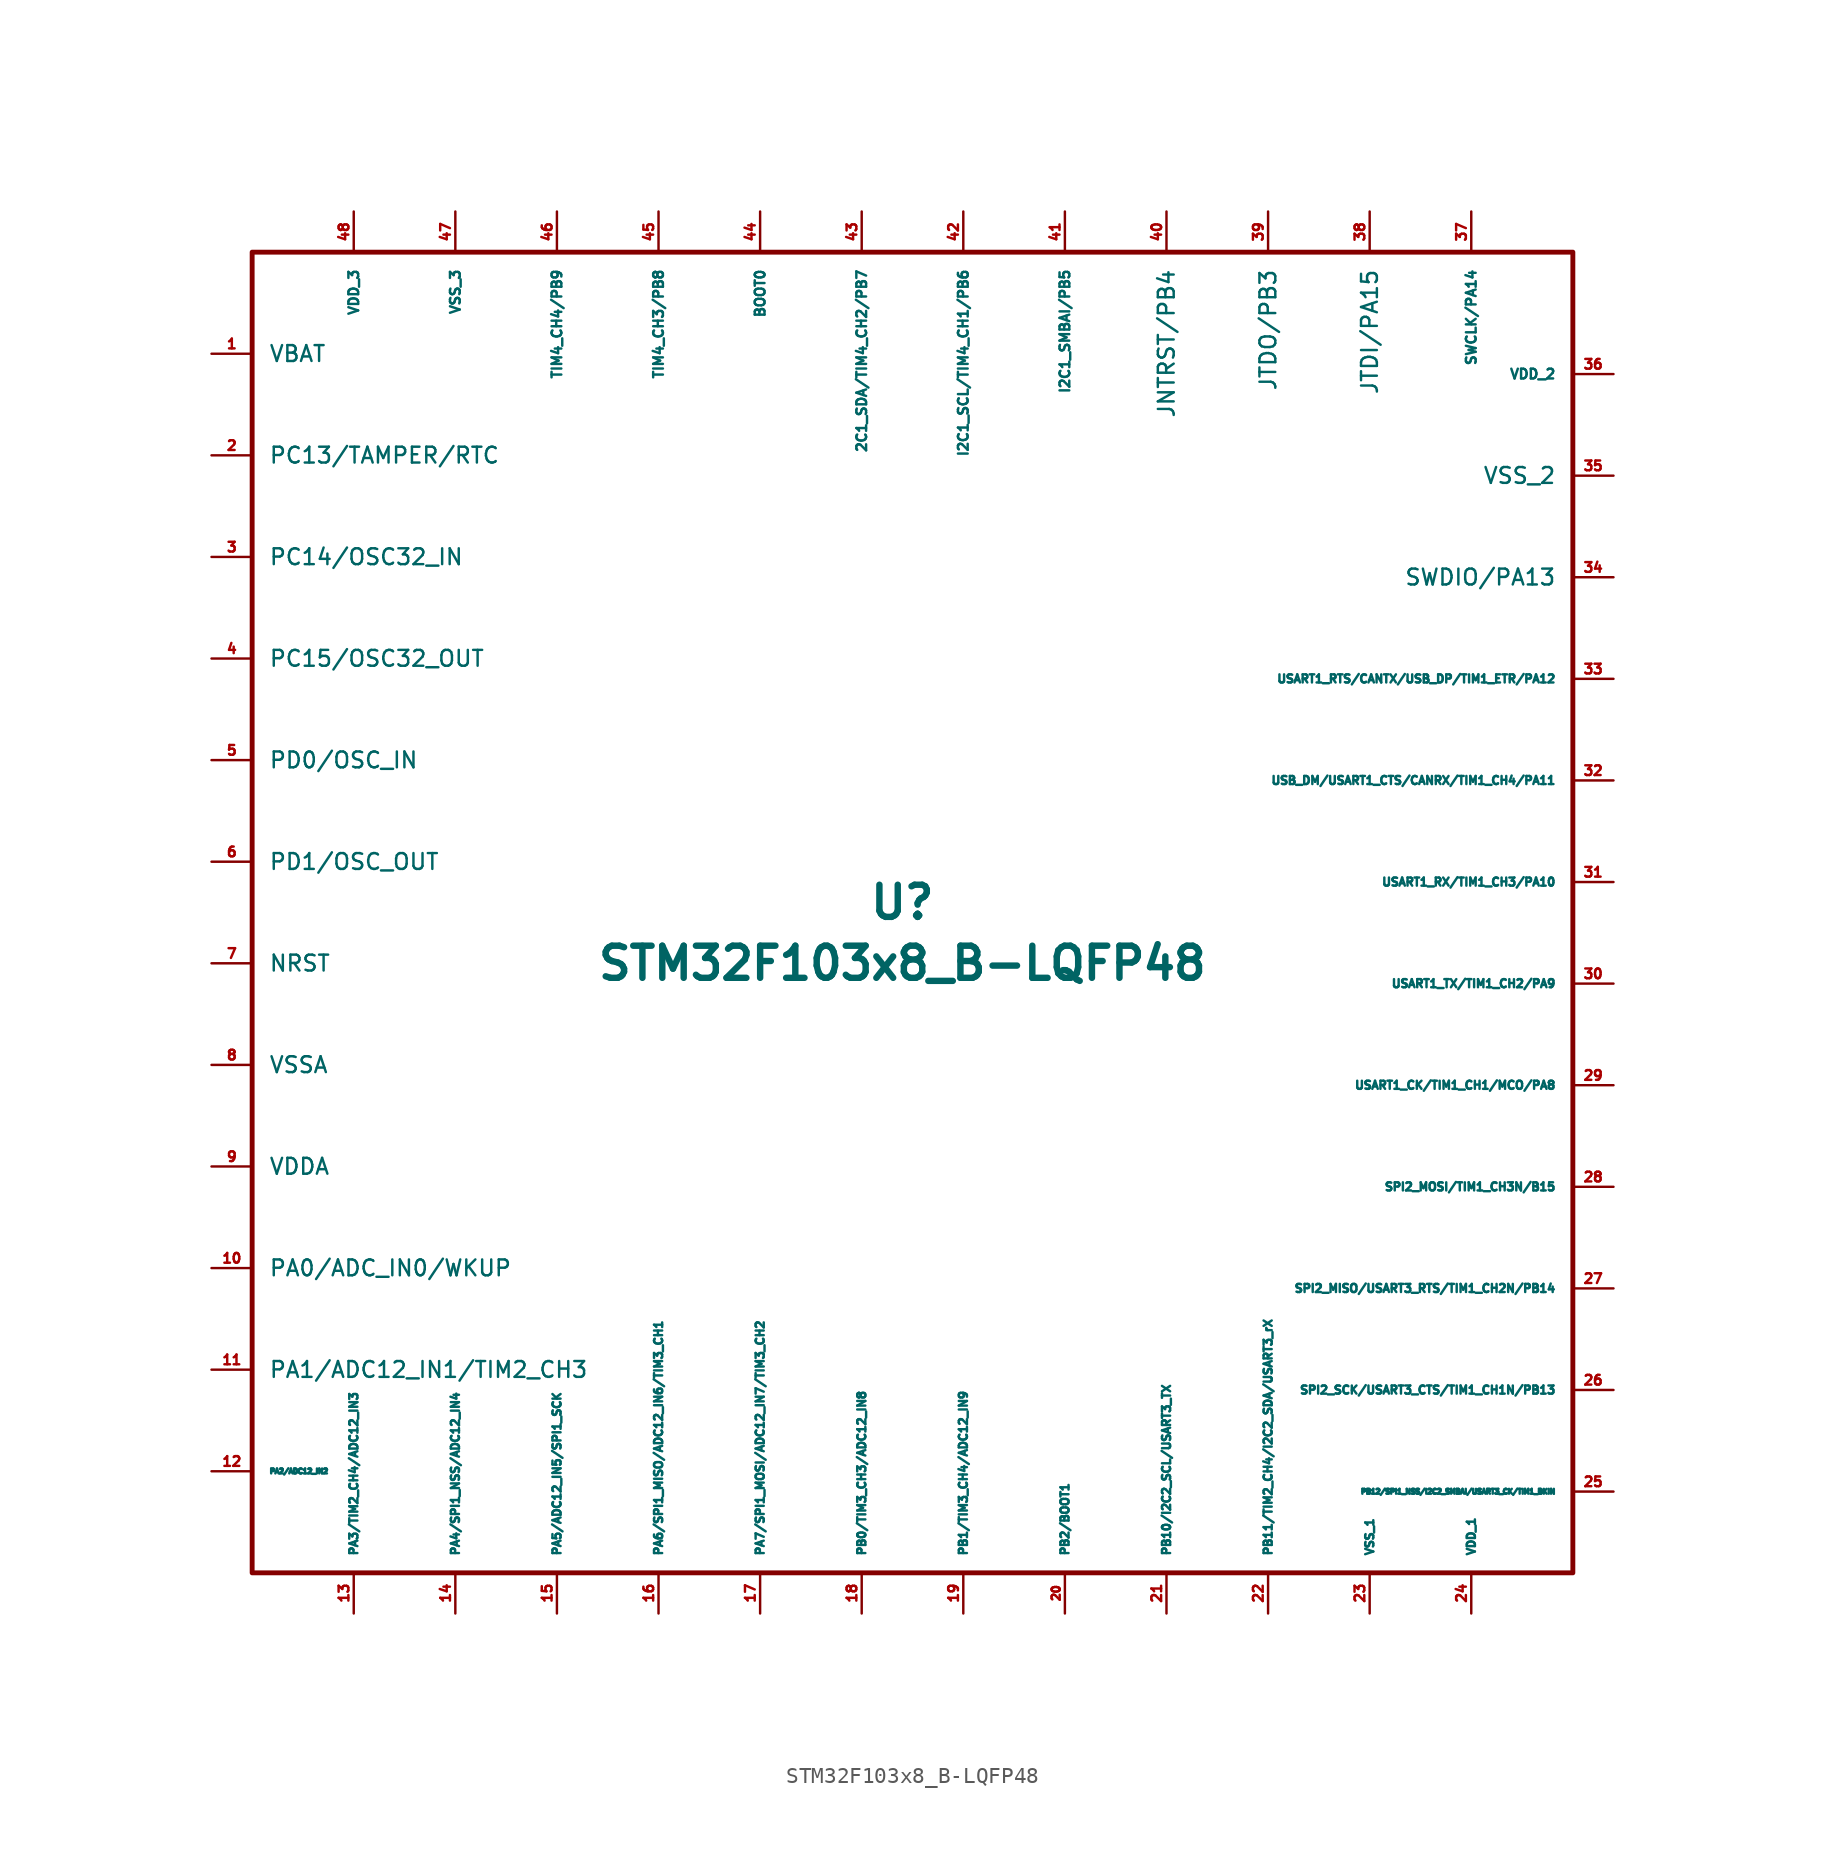
<source format=kicad_sym>
(kicad_symbol_lib
  (version 20201005)
  (generator kicad_symbol_editor)
  (symbol "acheronSymbols:STM32F103x8_B-LQFP48"
    (pin_names
      (offset 1.016))
    (property "Reference" "U"
      (at 0 1.27 0)
      (effects (font (size 2.007 2.007) bold)))
    (property "Value" "STM32F103x8_B-LQFP48"
      (at 0 -2.54 0)
      (effects (font (size 2.007 2.007) bold)))
    (symbol "STM32F103x8_B-LQFP48_0_1"
      (rectangle (start 41.91 41.91) (end -40.64 -40.64) (stroke (width 0.305)) (fill (type none))))
    (symbol "STM32F103x8_B-LQFP48_1_1"
      (pin power_in line (at -43.18 35.56 0) (length 2.54) (name "VBAT" (effects (font (size 0.991 0.991)))) (number "1" (effects (font (size 0.61 0.61)))))
      (pin bidirectional line (at -43.18 -21.59 0) (length 2.54) (name "PA0/ADC_IN0/WKUP" (effects (font (size 0.991 0.991)))) (number "10" (effects (font (size 0.61 0.61)))))
      (pin bidirectional line (at -43.18 -27.94 0) (length 2.54) (name "PA1/ADC12_IN1/TIM2_CH3" (effects (font (size 0.991 0.991)))) (number "11" (effects (font (size 0.61 0.61)))))
      (pin bidirectional line (at -43.18 -34.29 0) (length 2.54) (name "PA2/ADC12_IN2" (effects (font (size 0.305 0.305)))) (number "12" (effects (font (size 0.61 0.61)))))
      (pin bidirectional line (at -34.29 -43.18 90) (length 2.54) (name "PA3/TIM2_CH4/ADC12_IN3" (effects (font (size 0.508 0.508)))) (number "13" (effects (font (size 0.61 0.61)))))
      (pin bidirectional line (at -27.94 -43.18 90) (length 2.54) (name "PA4/SPI1_NSS/ADC12_IN4" (effects (font (size 0.508 0.508)))) (number "14" (effects (font (size 0.61 0.61)))))
      (pin bidirectional line (at -21.59 -43.18 90) (length 2.54) (name "PA5/ADC12_IN5/SPI1_SCK" (effects (font (size 0.508 0.508)))) (number "15" (effects (font (size 0.61 0.61)))))
      (pin bidirectional line (at -15.24 -43.18 90) (length 2.54) (name "PA6/SPI1_MISO/ADC12_IN6/TIM3_CH1" (effects (font (size 0.508 0.508)))) (number "16" (effects (font (size 0.61 0.61)))))
      (pin bidirectional line (at -8.89 -43.18 90) (length 2.54) (name "PA7/SPI1_MOSI/ADC12_IN7/TIM3_CH2" (effects (font (size 0.508 0.508)))) (number "17" (effects (font (size 0.61 0.61)))))
      (pin bidirectional line (at -2.54 -43.18 90) (length 2.54) (name "PB0/TIM3_CH3/ADC12_IN8" (effects (font (size 0.508 0.508)))) (number "18" (effects (font (size 0.61 0.61)))))
      (pin bidirectional line (at 3.81 -43.18 90) (length 2.54) (name "PB1/TIM3_CH4/ADC12_IN9" (effects (font (size 0.508 0.508)))) (number "19" (effects (font (size 0.61 0.61)))))
      (pin bidirectional line (at -43.18 29.21 0) (length 2.54) (name "PC13/TAMPER/RTC" (effects (font (size 0.991 0.991)))) (number "2" (effects (font (size 0.61 0.61)))))
      (pin bidirectional line (at 10.16 -43.18 90) (length 2.54) (name "PB2/BOOT1" (effects (font (size 0.508 0.508)))) (number "20" (effects (font (size 0.508 0.508)))))
      (pin bidirectional line (at 16.51 -43.18 90) (length 2.54) (name "PB10/I2C2_SCL/USART3_TX" (effects (font (size 0.508 0.508)))) (number "21" (effects (font (size 0.61 0.61)))))
      (pin bidirectional line (at 22.86 -43.18 90) (length 2.54) (name "PB11/TIM2_CH4/I2C2_SDA/USART3_rX" (effects (font (size 0.508 0.508)))) (number "22" (effects (font (size 0.61 0.61)))))
      (pin power_in line (at 29.21 -43.18 90) (length 2.54) (name "VSS_1" (effects (font (size 0.508 0.508)))) (number "23" (effects (font (size 0.61 0.61)))))
      (pin power_in line (at 35.56 -43.18 90) (length 2.54) (name "VDD_1" (effects (font (size 0.508 0.508)))) (number "24" (effects (font (size 0.61 0.61)))))
      (pin bidirectional line (at 44.45 -35.56 180) (length 2.54) (name "PB12/SPI1_NSS/I2C2_SMBAI/USART3_CK/TIM1_BKIN" (effects (font (size 0.305 0.305)))) (number "25" (effects (font (size 0.61 0.61)))))
      (pin bidirectional line (at 44.45 -29.21 180) (length 2.54) (name "SPI2_SCK/USART3_CTS/TIM1_CH1N/PB13" (effects (font (size 0.508 0.508)))) (number "26" (effects (font (size 0.61 0.61)))))
      (pin bidirectional line (at 44.45 -22.86 180) (length 2.54) (name "SPI2_MISO/USART3_RTS/TIM1_CH2N/PB14" (effects (font (size 0.508 0.508)))) (number "27" (effects (font (size 0.61 0.61)))))
      (pin bidirectional line (at 44.45 -16.51 180) (length 2.54) (name "SPI2_MOSI/TIM1_CH3N/B15" (effects (font (size 0.508 0.508)))) (number "28" (effects (font (size 0.61 0.61)))))
      (pin bidirectional line (at 44.45 -10.16 180) (length 2.54) (name "USART1_CK/TIM1_CH1/MCO/PA8" (effects (font (size 0.508 0.508)))) (number "29" (effects (font (size 0.61 0.61)))))
      (pin bidirectional line (at -43.18 22.86 0) (length 2.54) (name "PC14/OSC32_IN" (effects (font (size 0.991 0.991)))) (number "3" (effects (font (size 0.61 0.61)))))
      (pin bidirectional line (at 44.45 -3.81 180) (length 2.54) (name "USART1_TX/TIM1_CH2/PA9" (effects (font (size 0.508 0.508)))) (number "30" (effects (font (size 0.61 0.61)))))
      (pin bidirectional line (at 44.45 2.54 180) (length 2.54) (name "USART1_RX/TIM1_CH3/PA10" (effects (font (size 0.508 0.508)))) (number "31" (effects (font (size 0.61 0.61)))))
      (pin bidirectional line (at 44.45 8.89 180) (length 2.54) (name "USB_DM/USART1_CTS/CANRX/TIM1_CH4/PA11" (effects (font (size 0.508 0.508)))) (number "32" (effects (font (size 0.61 0.61)))))
      (pin bidirectional line (at 44.45 15.24 180) (length 2.54) (name "USART1_RTS/CANTX/USB_DP/TIM1_ETR/PA12" (effects (font (size 0.508 0.508)))) (number "33" (effects (font (size 0.61 0.61)))))
      (pin bidirectional line (at 44.45 21.59 180) (length 2.54) (name "SWDIO/PA13" (effects (font (size 0.991 0.991)))) (number "34" (effects (font (size 0.61 0.61)))))
      (pin power_in line (at 44.45 27.94 180) (length 2.54) (name "VSS_2" (effects (font (size 0.991 0.991)))) (number "35" (effects (font (size 0.61 0.61)))))
      (pin power_in line (at 44.45 34.29 180) (length 2.54) (name "VDD_2" (effects (font (size 0.61 0.61)))) (number "36" (effects (font (size 0.61 0.61)))))
      (pin bidirectional line (at 35.56 44.45 270) (length 2.54) (name "SWCLK/PA14" (effects (font (size 0.61 0.61)))) (number "37" (effects (font (size 0.61 0.61)))))
      (pin bidirectional line (at 29.21 44.45 270) (length 2.54) (name "JTDI/PA15" (effects (font (size 0.991 0.991)))) (number "38" (effects (font (size 0.61 0.61)))))
      (pin bidirectional line (at 22.86 44.45 270) (length 2.54) (name "JTDO/PB3" (effects (font (size 0.991 0.991)))) (number "39" (effects (font (size 0.61 0.61)))))
      (pin bidirectional line (at -43.18 16.51 0) (length 2.54) (name "PC15/OSC32_OUT" (effects (font (size 0.991 0.991)))) (number "4" (effects (font (size 0.61 0.61)))))
      (pin bidirectional line (at 16.51 44.45 270) (length 2.54) (name "JNTRST/PB4" (effects (font (size 0.991 0.991)))) (number "40" (effects (font (size 0.61 0.61)))))
      (pin bidirectional line (at 10.16 44.45 270) (length 2.54) (name "I2C1_SMBAI/PB5" (effects (font (size 0.61 0.61)))) (number "41" (effects (font (size 0.61 0.61)))))
      (pin bidirectional line (at 3.81 44.45 270) (length 2.54) (name "I2C1_SCL/TIM4_CH1/PB6" (effects (font (size 0.61 0.61)))) (number "42" (effects (font (size 0.61 0.61)))))
      (pin bidirectional line (at -2.54 44.45 270) (length 2.54) (name "2C1_SDA/TIM4_CH2/PB7" (effects (font (size 0.61 0.61)))) (number "43" (effects (font (size 0.61 0.61)))))
      (pin output line (at -8.89 44.45 270) (length 2.54) (name "BOOT0" (effects (font (size 0.61 0.61)))) (number "44" (effects (font (size 0.61 0.61)))))
      (pin bidirectional line (at -15.24 44.45 270) (length 2.54) (name "TIM4_CH3/PB8" (effects (font (size 0.61 0.61)))) (number "45" (effects (font (size 0.61 0.61)))))
      (pin input line (at -21.59 44.45 270) (length 2.54) (name "TIM4_CH4/PB9" (effects (font (size 0.61 0.61)))) (number "46" (effects (font (size 0.61 0.61)))))
      (pin input line (at -27.94 44.45 270) (length 2.54) (name "VSS_3" (effects (font (size 0.61 0.61)))) (number "47" (effects (font (size 0.61 0.61)))))
      (pin input line (at -34.29 44.45 270) (length 2.54) (name "VDD_3" (effects (font (size 0.61 0.61)))) (number "48" (effects (font (size 0.61 0.61)))))
      (pin bidirectional line (at -43.18 10.16 0) (length 2.54) (name "PD0/OSC_IN" (effects (font (size 0.991 0.991)))) (number "5" (effects (font (size 0.61 0.61)))))
      (pin bidirectional line (at -43.18 3.81 0) (length 2.54) (name "PD1/OSC_OUT" (effects (font (size 0.991 0.991)))) (number "6" (effects (font (size 0.61 0.61)))))
      (pin input line (at -43.18 -2.54 0) (length 2.54) (name "NRST" (effects (font (size 0.991 0.991)))) (number "7" (effects (font (size 0.61 0.61)))))
      (pin power_in line (at -43.18 -8.89 0) (length 2.54) (name "VSSA" (effects (font (size 0.991 0.991)))) (number "8" (effects (font (size 0.61 0.61)))))
      (pin power_in line (at -43.18 -15.24 0) (length 2.54) (name "VDDA" (effects (font (size 0.991 0.991)))) (number "9" (effects (font (size 0.61 0.61))))))))
</source>
